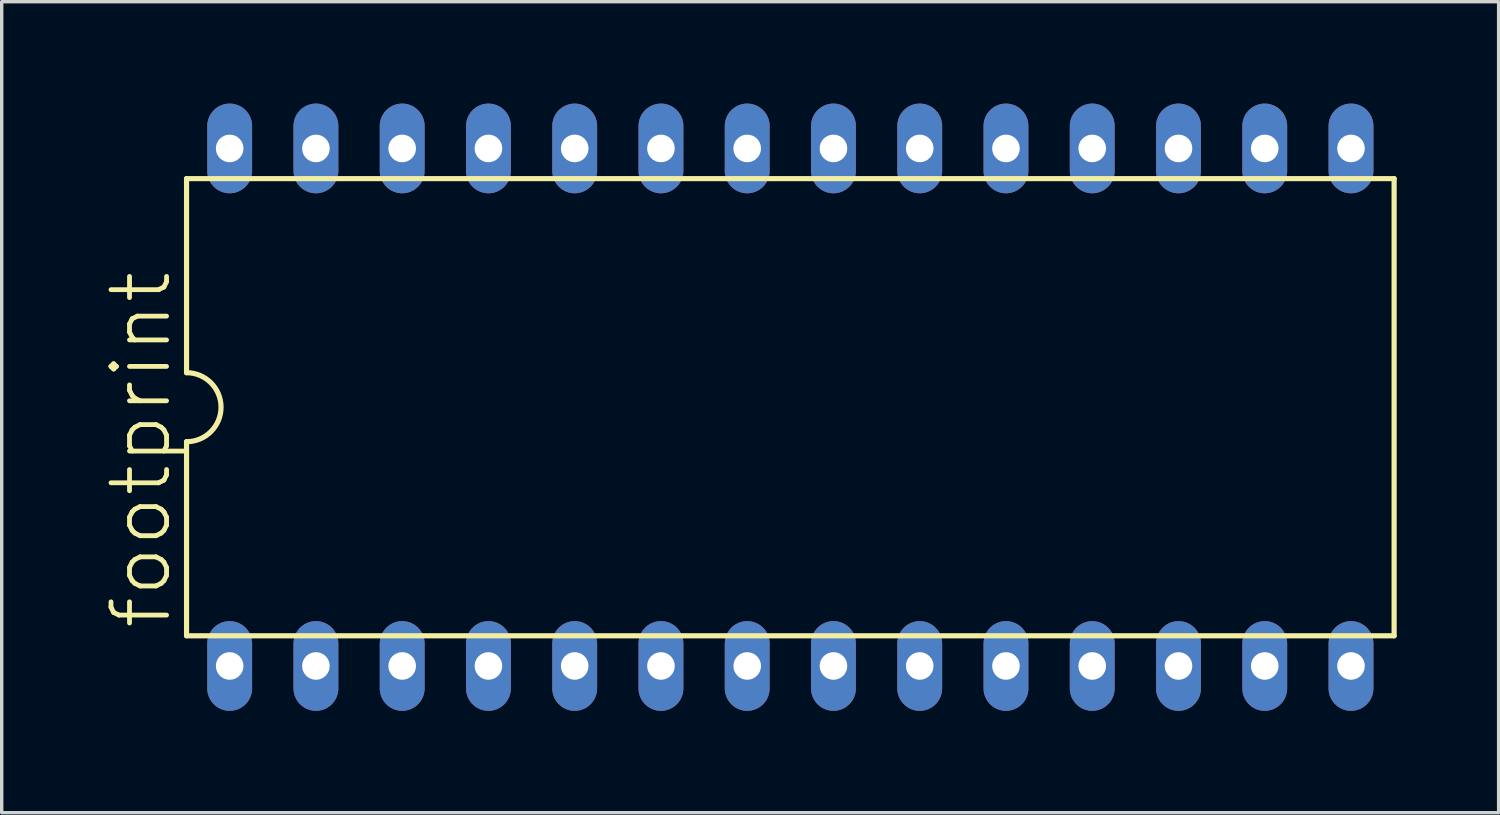
<source format=kicad_pcb>
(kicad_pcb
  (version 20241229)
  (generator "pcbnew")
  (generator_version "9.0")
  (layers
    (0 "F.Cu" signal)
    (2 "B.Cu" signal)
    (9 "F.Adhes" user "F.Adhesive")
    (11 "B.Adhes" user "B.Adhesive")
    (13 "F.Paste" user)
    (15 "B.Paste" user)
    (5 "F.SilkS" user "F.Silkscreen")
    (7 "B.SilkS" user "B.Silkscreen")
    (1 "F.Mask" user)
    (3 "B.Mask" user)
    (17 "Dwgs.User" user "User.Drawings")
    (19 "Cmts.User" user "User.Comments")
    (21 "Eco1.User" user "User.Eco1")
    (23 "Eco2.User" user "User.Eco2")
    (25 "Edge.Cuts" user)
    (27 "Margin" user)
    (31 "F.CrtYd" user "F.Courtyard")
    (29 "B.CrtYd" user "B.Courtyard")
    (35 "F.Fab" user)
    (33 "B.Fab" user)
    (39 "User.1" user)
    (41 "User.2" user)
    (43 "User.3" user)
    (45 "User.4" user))
  (footprint "footprint"
    (layer "F.Cu")
    (at 20.223 8.941)
    (property "Reference" "footprint" (at -18.161 6.604 90) (layer "F.SilkS") (effects (font (size 1.636 1.636) (thickness 0.142)) (justify left bottom)))
    (fp_line (start -17.78 -6.731) (end -17.78 -1.016) (stroke (width 0.152) (type solid)) (layer "F.SilkS"))
    (fp_line (start -17.78 6.731) (end -17.78 1.016) (stroke (width 0.152) (type solid)) (layer "F.SilkS"))
    (fp_line (start -17.78 6.731) (end 17.78 6.731) (stroke (width 0.152) (type solid)) (layer "F.SilkS"))
    (fp_line (start 17.78 -6.731) (end -17.78 -6.731) (stroke (width 0.152) (type solid)) (layer "F.SilkS"))
    (fp_line (start 17.78 -6.731) (end 17.78 6.731) (stroke (width 0.152) (type solid)) (layer "F.SilkS"))
    (fp_arc (start -17.78 -1.016) (mid -16.764 0) (end -17.78 1.016) (stroke (width 0.1524) (type solid)) (layer "F.SilkS"))
    (pad "1" thru_hole oval (at -16.51 7.62 90) (size 2.642 1.321) (drill 0.813) (layers "*.Cu" "*.Mask"))
    (pad "2" thru_hole oval (at -13.97 7.62 90) (size 2.642 1.321) (drill 0.813) (layers "*.Cu" "*.Mask"))
    (pad "3" thru_hole oval (at -11.43 7.62 90) (size 2.642 1.321) (drill 0.813) (layers "*.Cu" "*.Mask"))
    (pad "4" thru_hole oval (at -8.89 7.62 90) (size 2.642 1.321) (drill 0.813) (layers "*.Cu" "*.Mask"))
    (pad "5" thru_hole oval (at -6.35 7.62 90) (size 2.642 1.321) (drill 0.813) (layers "*.Cu" "*.Mask"))
    (pad "6" thru_hole oval (at -3.81 7.62 90) (size 2.642 1.321) (drill 0.813) (layers "*.Cu" "*.Mask"))
    (pad "7" thru_hole oval (at -1.27 7.62 90) (size 2.642 1.321) (drill 0.813) (layers "*.Cu" "*.Mask"))
    (pad "8" thru_hole oval (at 1.27 7.62 90) (size 2.642 1.321) (drill 0.813) (layers "*.Cu" "*.Mask"))
    (pad "9" thru_hole oval (at 3.81 7.62 90) (size 2.642 1.321) (drill 0.813) (layers "*.Cu" "*.Mask"))
    (pad "10" thru_hole oval (at 6.35 7.62 90) (size 2.642 1.321) (drill 0.813) (layers "*.Cu" "*.Mask"))
    (pad "11" thru_hole oval (at 8.89 7.62 90) (size 2.642 1.321) (drill 0.813) (layers "*.Cu" "*.Mask"))
    (pad "12" thru_hole oval (at 11.43 7.62 90) (size 2.642 1.321) (drill 0.813) (layers "*.Cu" "*.Mask"))
    (pad "13" thru_hole oval (at 13.97 7.62 90) (size 2.642 1.321) (drill 0.813) (layers "*.Cu" "*.Mask"))
    (pad "14" thru_hole oval (at 16.51 7.62 90) (size 2.642 1.321) (drill 0.813) (layers "*.Cu" "*.Mask"))
    (pad "15" thru_hole oval (at 16.51 -7.62 90) (size 2.642 1.321) (drill 0.813) (layers "*.Cu" "*.Mask"))
    (pad "16" thru_hole oval (at 13.97 -7.62 90) (size 2.642 1.321) (drill 0.813) (layers "*.Cu" "*.Mask"))
    (pad "17" thru_hole oval (at 11.43 -7.62 90) (size 2.642 1.321) (drill 0.813) (layers "*.Cu" "*.Mask"))
    (pad "18" thru_hole oval (at 8.89 -7.62 90) (size 2.642 1.321) (drill 0.813) (layers "*.Cu" "*.Mask"))
    (pad "19" thru_hole oval (at 6.35 -7.62 90) (size 2.642 1.321) (drill 0.813) (layers "*.Cu" "*.Mask"))
    (pad "20" thru_hole oval (at 3.81 -7.62 90) (size 2.642 1.321) (drill 0.813) (layers "*.Cu" "*.Mask"))
    (pad "21" thru_hole oval (at 1.27 -7.62 90) (size 2.642 1.321) (drill 0.813) (layers "*.Cu" "*.Mask"))
    (pad "22" thru_hole oval (at -1.27 -7.62 90) (size 2.642 1.321) (drill 0.813) (layers "*.Cu" "*.Mask"))
    (pad "23" thru_hole oval (at -3.81 -7.62 90) (size 2.642 1.321) (drill 0.813) (layers "*.Cu" "*.Mask"))
    (pad "24" thru_hole oval (at -6.35 -7.62 90) (size 2.642 1.321) (drill 0.813) (layers "*.Cu" "*.Mask"))
    (pad "25" thru_hole oval (at -8.89 -7.62 90) (size 2.642 1.321) (drill 0.813) (layers "*.Cu" "*.Mask"))
    (pad "26" thru_hole oval (at -11.43 -7.62 90) (size 2.642 1.321) (drill 0.813) (layers "*.Cu" "*.Mask"))
    (pad "27" thru_hole oval (at -13.97 -7.62 90) (size 2.642 1.321) (drill 0.813) (layers "*.Cu" "*.Mask"))
    (pad "28" thru_hole oval (at -16.51 -7.62 90) (size 2.642 1.321) (drill 0.813) (layers "*.Cu" "*.Mask")))
  (gr_rect
    (start -3 -3)
    (end 41.08 20.882)
    (stroke (width 0.1) (type default))
    (fill no)
    (layer "Edge.Cuts")))
</source>
